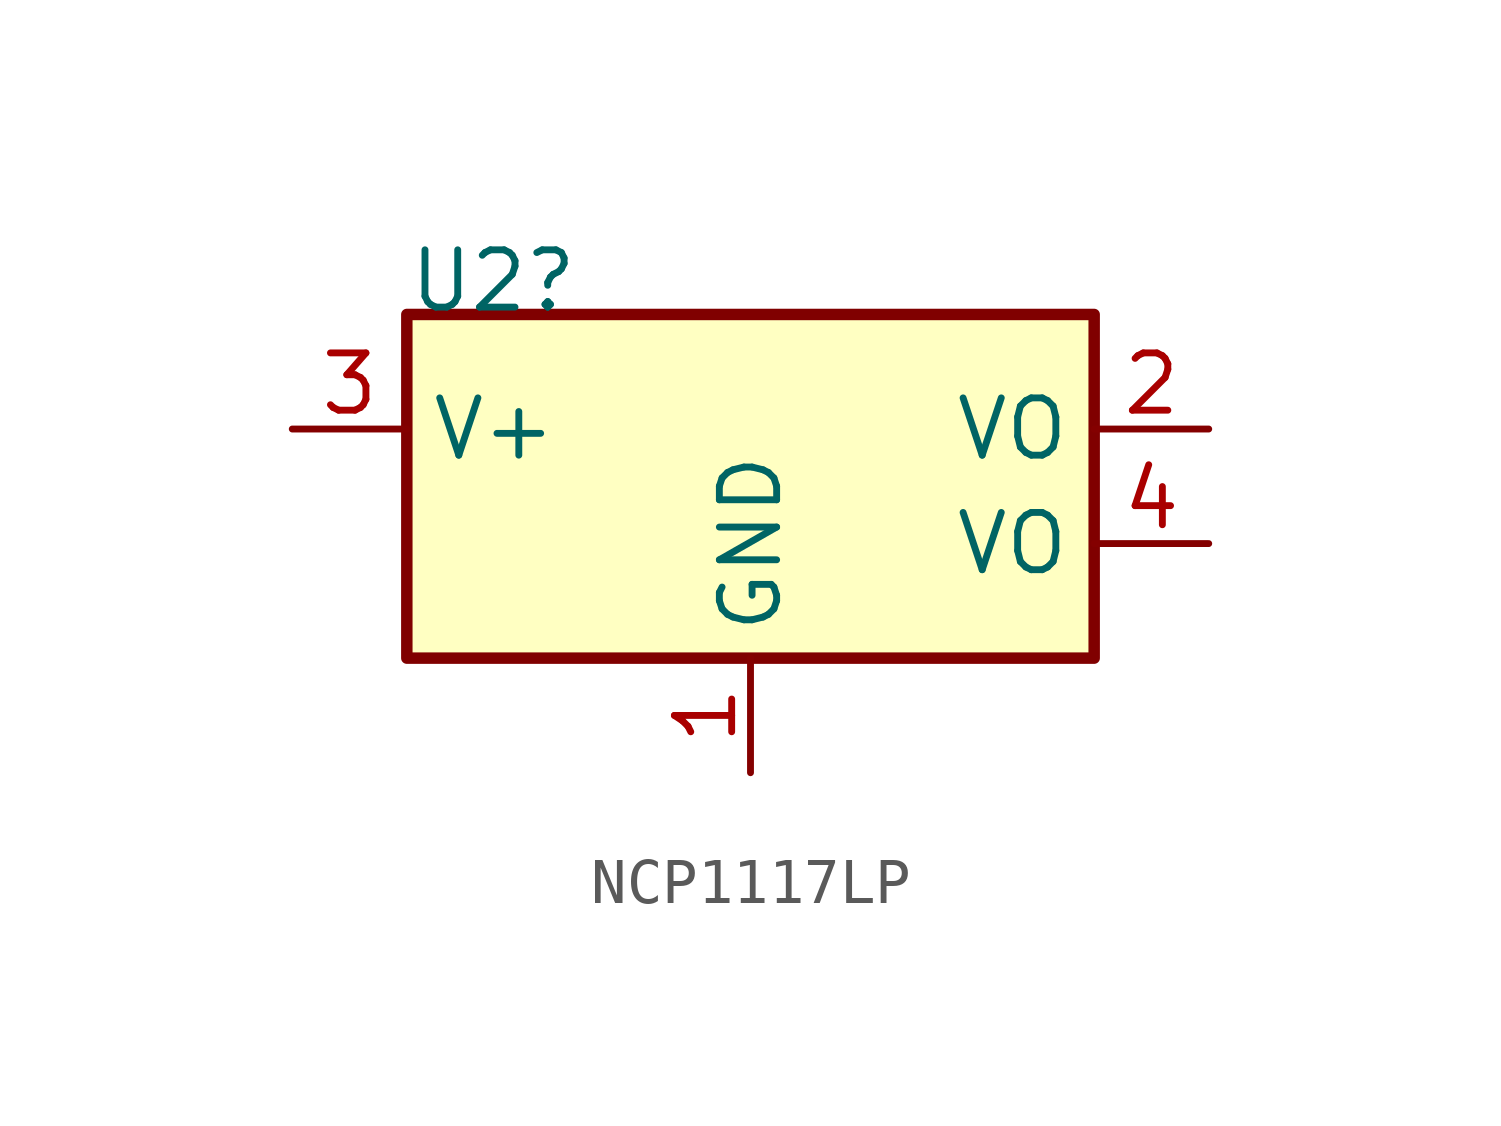
<source format=kicad_sym>
(kicad_symbol_lib
  (version 20231120)
  (generator "kicad_symbol_editor")
  (generator_version "8.0")
  (symbol "NCP1117LP"
    (property "Reference" "U2"
      (at -7.62 5.08 0)
      (effects (font (size 1.27 1.27)) (justify left bottom)))
    (symbol "NCP1117LP_1_0"
      (rectangle (start 7.62 5.08) (end -7.62 -2.54) (stroke (width 0.254) (type solid) (color 128 0 0 1)) (fill (type background)))
      (pin power_in line (at 0 -5.08 90) (length 2.54) (name "GND" (effects (font (size 1.27 1.27)))) (number "1" (effects (font (size 1.27 1.27)))))
      (pin passive line (at 10.16 2.54 180) (length 2.54) (name "VO" (effects (font (size 1.27 1.27)))) (number "2" (effects (font (size 1.27 1.27)))))
      (pin power_in line (at -10.16 2.54 0) (length 2.54) (name "V+" (effects (font (size 1.27 1.27)))) (number "3" (effects (font (size 1.27 1.27)))))
      (pin passive line (at 10.16 0 180) (length 2.54) (name "VO" (effects (font (size 1.27 1.27)))) (number "4" (effects (font (size 1.27 1.27))))))))
</source>
